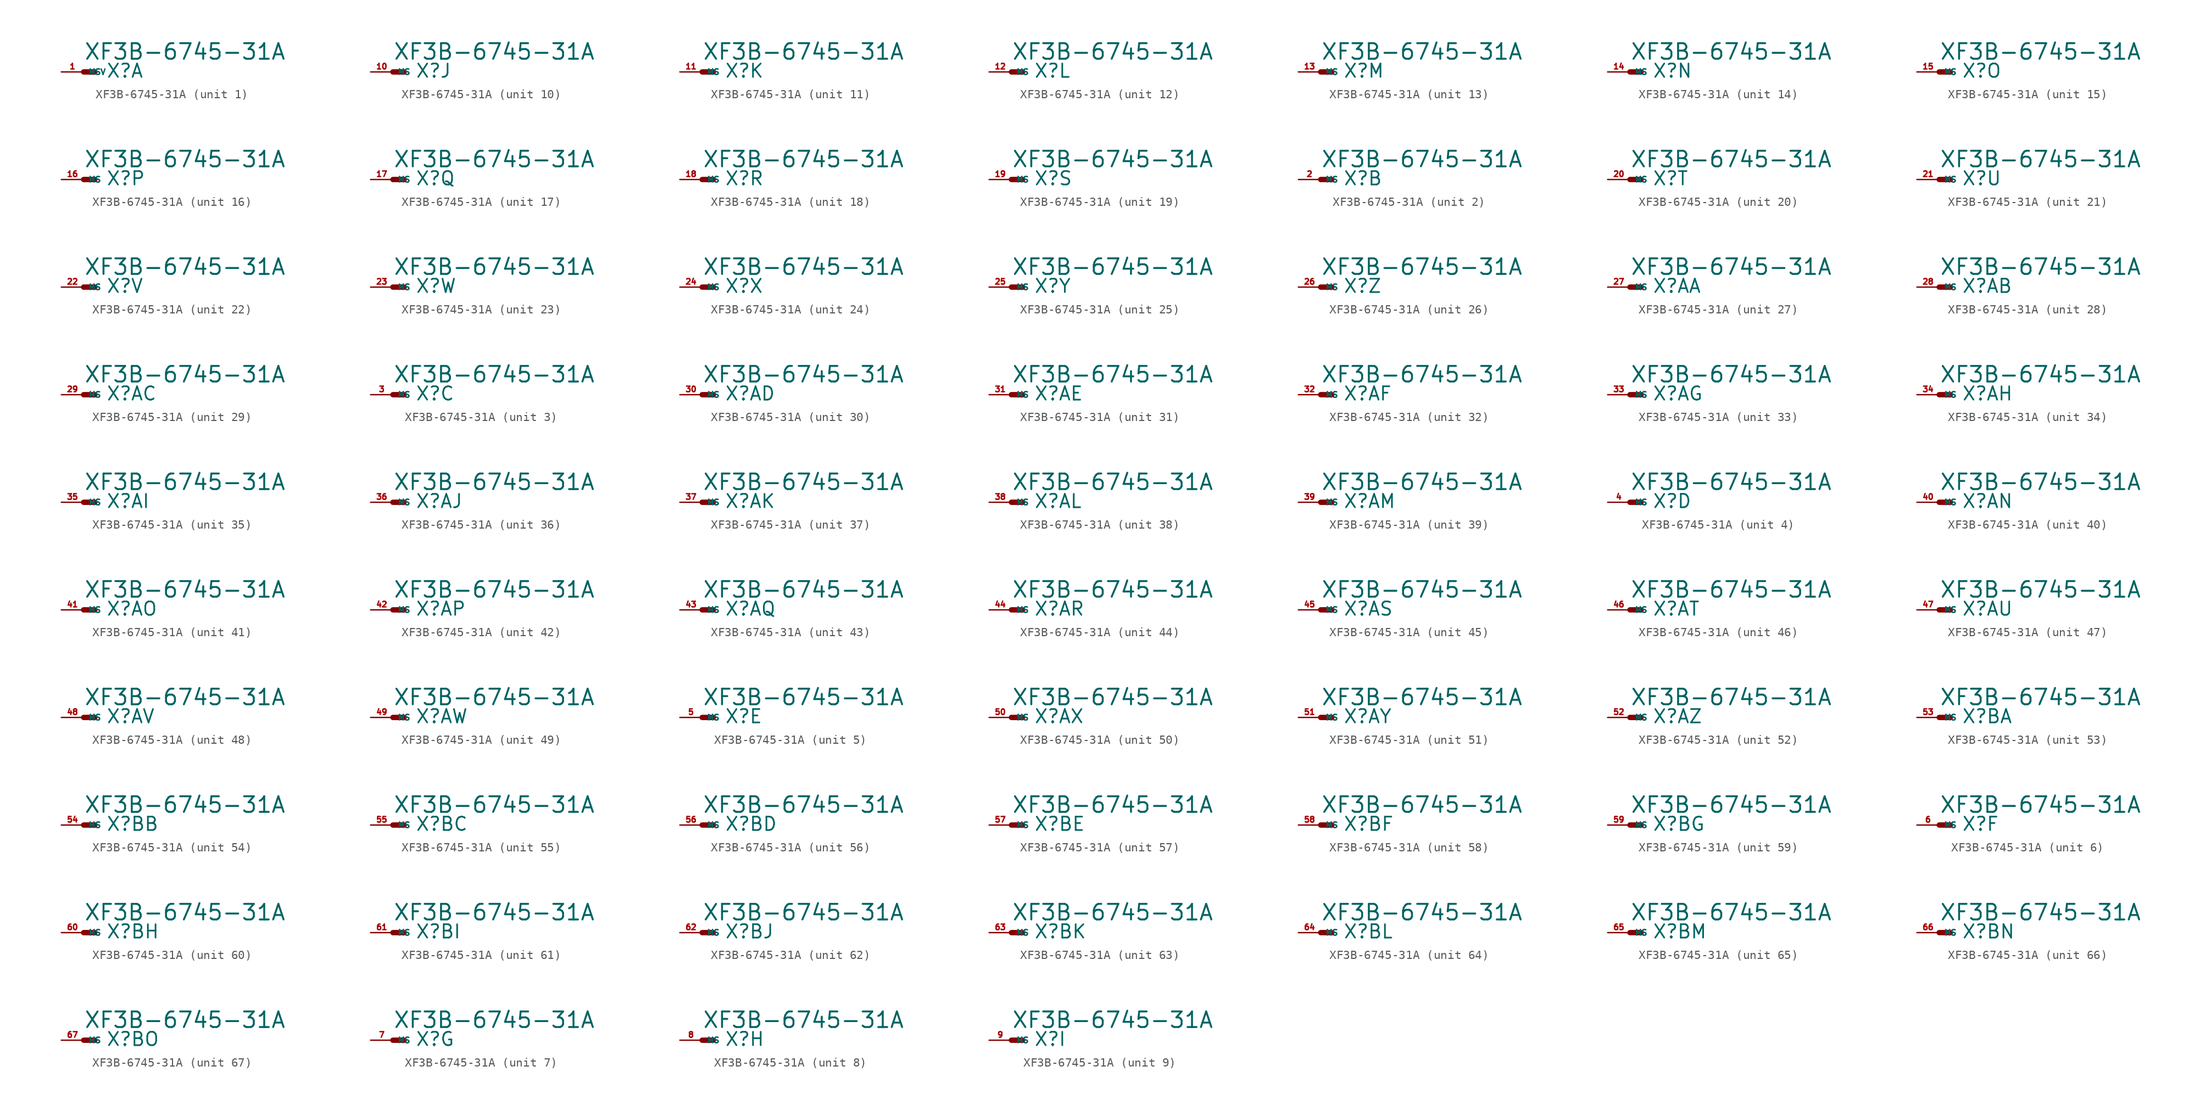
<source format=kicad_sym>
(kicad_symbol_lib
  (version 20220914)
  (generator Eagle2Kicad)
  (symbol "XF3B-6745-31A"
    (property "Reference" "X"
      (at 2.54 -0.762 0)
      (effects (font (size 1.524 1.524) (thickness 0.19)) (justify left bottom)))
    (property "Value" "XF3B-6745-31A"
      (at 0 1.27 0)
      (effects (font (size 1.778 1.778) (thickness 0.22)) (justify left bottom)))
    (symbol "XF3B-6745-31A_1_0"
      (polyline (pts (xy 0 0) (xy 1.27 0)) (stroke (width 0.61) (type default)) (fill (type none)))
      (pin passive line (at -2.54 0 0) (length 2.54) (name "MSV" (effects (font (size 0.635 0.635) (thickness 0.08)) (justify left bottom))) (number "1" (effects (font (size 0.635 0.635) (thickness 0.08)) (justify left bottom)))))
    (symbol "XF3B-6745-31A_2_0"
      (polyline (pts (xy 0 0) (xy 1.27 0)) (stroke (width 0.61) (type default)) (fill (type none)))
      (pin passive line (at -2.54 0 0) (length 2.54) (name "MS" (effects (font (size 0.635 0.635) (thickness 0.08)) (justify left bottom))) (number "2" (effects (font (size 0.635 0.635) (thickness 0.08)) (justify left bottom)))))
    (symbol "XF3B-6745-31A_3_0"
      (polyline (pts (xy 0 0) (xy 1.27 0)) (stroke (width 0.61) (type default)) (fill (type none)))
      (pin passive line (at -2.54 0 0) (length 2.54) (name "MS" (effects (font (size 0.635 0.635) (thickness 0.08)) (justify left bottom))) (number "3" (effects (font (size 0.635 0.635) (thickness 0.08)) (justify left bottom)))))
    (symbol "XF3B-6745-31A_4_0"
      (polyline (pts (xy 0 0) (xy 1.27 0)) (stroke (width 0.61) (type default)) (fill (type none)))
      (pin passive line (at -2.54 0 0) (length 2.54) (name "MS" (effects (font (size 0.635 0.635) (thickness 0.08)) (justify left bottom))) (number "4" (effects (font (size 0.635 0.635) (thickness 0.08)) (justify left bottom)))))
    (symbol "XF3B-6745-31A_5_0"
      (polyline (pts (xy 0 0) (xy 1.27 0)) (stroke (width 0.61) (type default)) (fill (type none)))
      (pin passive line (at -2.54 0 0) (length 2.54) (name "MS" (effects (font (size 0.635 0.635) (thickness 0.08)) (justify left bottom))) (number "5" (effects (font (size 0.635 0.635) (thickness 0.08)) (justify left bottom)))))
    (symbol "XF3B-6745-31A_6_0"
      (polyline (pts (xy 0 0) (xy 1.27 0)) (stroke (width 0.61) (type default)) (fill (type none)))
      (pin passive line (at -2.54 0 0) (length 2.54) (name "MS" (effects (font (size 0.635 0.635) (thickness 0.08)) (justify left bottom))) (number "6" (effects (font (size 0.635 0.635) (thickness 0.08)) (justify left bottom)))))
    (symbol "XF3B-6745-31A_7_0"
      (polyline (pts (xy 0 0) (xy 1.27 0)) (stroke (width 0.61) (type default)) (fill (type none)))
      (pin passive line (at -2.54 0 0) (length 2.54) (name "MS" (effects (font (size 0.635 0.635) (thickness 0.08)) (justify left bottom))) (number "7" (effects (font (size 0.635 0.635) (thickness 0.08)) (justify left bottom)))))
    (symbol "XF3B-6745-31A_8_0"
      (polyline (pts (xy 0 0) (xy 1.27 0)) (stroke (width 0.61) (type default)) (fill (type none)))
      (pin passive line (at -2.54 0 0) (length 2.54) (name "MS" (effects (font (size 0.635 0.635) (thickness 0.08)) (justify left bottom))) (number "8" (effects (font (size 0.635 0.635) (thickness 0.08)) (justify left bottom)))))
    (symbol "XF3B-6745-31A_9_0"
      (polyline (pts (xy 0 0) (xy 1.27 0)) (stroke (width 0.61) (type default)) (fill (type none)))
      (pin passive line (at -2.54 0 0) (length 2.54) (name "MS" (effects (font (size 0.635 0.635) (thickness 0.08)) (justify left bottom))) (number "9" (effects (font (size 0.635 0.635) (thickness 0.08)) (justify left bottom)))))
    (symbol "XF3B-6745-31A_10_0"
      (polyline (pts (xy 0 0) (xy 1.27 0)) (stroke (width 0.61) (type default)) (fill (type none)))
      (pin passive line (at -2.54 0 0) (length 2.54) (name "MS" (effects (font (size 0.635 0.635) (thickness 0.08)) (justify left bottom))) (number "10" (effects (font (size 0.635 0.635) (thickness 0.08)) (justify left bottom)))))
    (symbol "XF3B-6745-31A_11_0"
      (polyline (pts (xy 0 0) (xy 1.27 0)) (stroke (width 0.61) (type default)) (fill (type none)))
      (pin passive line (at -2.54 0 0) (length 2.54) (name "MS" (effects (font (size 0.635 0.635) (thickness 0.08)) (justify left bottom))) (number "11" (effects (font (size 0.635 0.635) (thickness 0.08)) (justify left bottom)))))
    (symbol "XF3B-6745-31A_12_0"
      (polyline (pts (xy 0 0) (xy 1.27 0)) (stroke (width 0.61) (type default)) (fill (type none)))
      (pin passive line (at -2.54 0 0) (length 2.54) (name "MS" (effects (font (size 0.635 0.635) (thickness 0.08)) (justify left bottom))) (number "12" (effects (font (size 0.635 0.635) (thickness 0.08)) (justify left bottom)))))
    (symbol "XF3B-6745-31A_13_0"
      (polyline (pts (xy 0 0) (xy 1.27 0)) (stroke (width 0.61) (type default)) (fill (type none)))
      (pin passive line (at -2.54 0 0) (length 2.54) (name "MS" (effects (font (size 0.635 0.635) (thickness 0.08)) (justify left bottom))) (number "13" (effects (font (size 0.635 0.635) (thickness 0.08)) (justify left bottom)))))
    (symbol "XF3B-6745-31A_14_0"
      (polyline (pts (xy 0 0) (xy 1.27 0)) (stroke (width 0.61) (type default)) (fill (type none)))
      (pin passive line (at -2.54 0 0) (length 2.54) (name "MS" (effects (font (size 0.635 0.635) (thickness 0.08)) (justify left bottom))) (number "14" (effects (font (size 0.635 0.635) (thickness 0.08)) (justify left bottom)))))
    (symbol "XF3B-6745-31A_15_0"
      (polyline (pts (xy 0 0) (xy 1.27 0)) (stroke (width 0.61) (type default)) (fill (type none)))
      (pin passive line (at -2.54 0 0) (length 2.54) (name "MS" (effects (font (size 0.635 0.635) (thickness 0.08)) (justify left bottom))) (number "15" (effects (font (size 0.635 0.635) (thickness 0.08)) (justify left bottom)))))
    (symbol "XF3B-6745-31A_16_0"
      (polyline (pts (xy 0 0) (xy 1.27 0)) (stroke (width 0.61) (type default)) (fill (type none)))
      (pin passive line (at -2.54 0 0) (length 2.54) (name "MS" (effects (font (size 0.635 0.635) (thickness 0.08)) (justify left bottom))) (number "16" (effects (font (size 0.635 0.635) (thickness 0.08)) (justify left bottom)))))
    (symbol "XF3B-6745-31A_17_0"
      (polyline (pts (xy 0 0) (xy 1.27 0)) (stroke (width 0.61) (type default)) (fill (type none)))
      (pin passive line (at -2.54 0 0) (length 2.54) (name "MS" (effects (font (size 0.635 0.635) (thickness 0.08)) (justify left bottom))) (number "17" (effects (font (size 0.635 0.635) (thickness 0.08)) (justify left bottom)))))
    (symbol "XF3B-6745-31A_18_0"
      (polyline (pts (xy 0 0) (xy 1.27 0)) (stroke (width 0.61) (type default)) (fill (type none)))
      (pin passive line (at -2.54 0 0) (length 2.54) (name "MS" (effects (font (size 0.635 0.635) (thickness 0.08)) (justify left bottom))) (number "18" (effects (font (size 0.635 0.635) (thickness 0.08)) (justify left bottom)))))
    (symbol "XF3B-6745-31A_19_0"
      (polyline (pts (xy 0 0) (xy 1.27 0)) (stroke (width 0.61) (type default)) (fill (type none)))
      (pin passive line (at -2.54 0 0) (length 2.54) (name "MS" (effects (font (size 0.635 0.635) (thickness 0.08)) (justify left bottom))) (number "19" (effects (font (size 0.635 0.635) (thickness 0.08)) (justify left bottom)))))
    (symbol "XF3B-6745-31A_20_0"
      (polyline (pts (xy 0 0) (xy 1.27 0)) (stroke (width 0.61) (type default)) (fill (type none)))
      (pin passive line (at -2.54 0 0) (length 2.54) (name "MS" (effects (font (size 0.635 0.635) (thickness 0.08)) (justify left bottom))) (number "20" (effects (font (size 0.635 0.635) (thickness 0.08)) (justify left bottom)))))
    (symbol "XF3B-6745-31A_21_0"
      (polyline (pts (xy 0 0) (xy 1.27 0)) (stroke (width 0.61) (type default)) (fill (type none)))
      (pin passive line (at -2.54 0 0) (length 2.54) (name "MS" (effects (font (size 0.635 0.635) (thickness 0.08)) (justify left bottom))) (number "21" (effects (font (size 0.635 0.635) (thickness 0.08)) (justify left bottom)))))
    (symbol "XF3B-6745-31A_22_0"
      (polyline (pts (xy 0 0) (xy 1.27 0)) (stroke (width 0.61) (type default)) (fill (type none)))
      (pin passive line (at -2.54 0 0) (length 2.54) (name "MS" (effects (font (size 0.635 0.635) (thickness 0.08)) (justify left bottom))) (number "22" (effects (font (size 0.635 0.635) (thickness 0.08)) (justify left bottom)))))
    (symbol "XF3B-6745-31A_23_0"
      (polyline (pts (xy 0 0) (xy 1.27 0)) (stroke (width 0.61) (type default)) (fill (type none)))
      (pin passive line (at -2.54 0 0) (length 2.54) (name "MS" (effects (font (size 0.635 0.635) (thickness 0.08)) (justify left bottom))) (number "23" (effects (font (size 0.635 0.635) (thickness 0.08)) (justify left bottom)))))
    (symbol "XF3B-6745-31A_24_0"
      (polyline (pts (xy 0 0) (xy 1.27 0)) (stroke (width 0.61) (type default)) (fill (type none)))
      (pin passive line (at -2.54 0 0) (length 2.54) (name "MS" (effects (font (size 0.635 0.635) (thickness 0.08)) (justify left bottom))) (number "24" (effects (font (size 0.635 0.635) (thickness 0.08)) (justify left bottom)))))
    (symbol "XF3B-6745-31A_25_0"
      (polyline (pts (xy 0 0) (xy 1.27 0)) (stroke (width 0.61) (type default)) (fill (type none)))
      (pin passive line (at -2.54 0 0) (length 2.54) (name "MS" (effects (font (size 0.635 0.635) (thickness 0.08)) (justify left bottom))) (number "25" (effects (font (size 0.635 0.635) (thickness 0.08)) (justify left bottom)))))
    (symbol "XF3B-6745-31A_26_0"
      (polyline (pts (xy 0 0) (xy 1.27 0)) (stroke (width 0.61) (type default)) (fill (type none)))
      (pin passive line (at -2.54 0 0) (length 2.54) (name "MS" (effects (font (size 0.635 0.635) (thickness 0.08)) (justify left bottom))) (number "26" (effects (font (size 0.635 0.635) (thickness 0.08)) (justify left bottom)))))
    (symbol "XF3B-6745-31A_27_0"
      (polyline (pts (xy 0 0) (xy 1.27 0)) (stroke (width 0.61) (type default)) (fill (type none)))
      (pin passive line (at -2.54 0 0) (length 2.54) (name "MS" (effects (font (size 0.635 0.635) (thickness 0.08)) (justify left bottom))) (number "27" (effects (font (size 0.635 0.635) (thickness 0.08)) (justify left bottom)))))
    (symbol "XF3B-6745-31A_28_0"
      (polyline (pts (xy 0 0) (xy 1.27 0)) (stroke (width 0.61) (type default)) (fill (type none)))
      (pin passive line (at -2.54 0 0) (length 2.54) (name "MS" (effects (font (size 0.635 0.635) (thickness 0.08)) (justify left bottom))) (number "28" (effects (font (size 0.635 0.635) (thickness 0.08)) (justify left bottom)))))
    (symbol "XF3B-6745-31A_29_0"
      (polyline (pts (xy 0 0) (xy 1.27 0)) (stroke (width 0.61) (type default)) (fill (type none)))
      (pin passive line (at -2.54 0 0) (length 2.54) (name "MS" (effects (font (size 0.635 0.635) (thickness 0.08)) (justify left bottom))) (number "29" (effects (font (size 0.635 0.635) (thickness 0.08)) (justify left bottom)))))
    (symbol "XF3B-6745-31A_30_0"
      (polyline (pts (xy 0 0) (xy 1.27 0)) (stroke (width 0.61) (type default)) (fill (type none)))
      (pin passive line (at -2.54 0 0) (length 2.54) (name "MS" (effects (font (size 0.635 0.635) (thickness 0.08)) (justify left bottom))) (number "30" (effects (font (size 0.635 0.635) (thickness 0.08)) (justify left bottom)))))
    (symbol "XF3B-6745-31A_31_0"
      (polyline (pts (xy 0 0) (xy 1.27 0)) (stroke (width 0.61) (type default)) (fill (type none)))
      (pin passive line (at -2.54 0 0) (length 2.54) (name "MS" (effects (font (size 0.635 0.635) (thickness 0.08)) (justify left bottom))) (number "31" (effects (font (size 0.635 0.635) (thickness 0.08)) (justify left bottom)))))
    (symbol "XF3B-6745-31A_32_0"
      (polyline (pts (xy 0 0) (xy 1.27 0)) (stroke (width 0.61) (type default)) (fill (type none)))
      (pin passive line (at -2.54 0 0) (length 2.54) (name "MS" (effects (font (size 0.635 0.635) (thickness 0.08)) (justify left bottom))) (number "32" (effects (font (size 0.635 0.635) (thickness 0.08)) (justify left bottom)))))
    (symbol "XF3B-6745-31A_33_0"
      (polyline (pts (xy 0 0) (xy 1.27 0)) (stroke (width 0.61) (type default)) (fill (type none)))
      (pin passive line (at -2.54 0 0) (length 2.54) (name "MS" (effects (font (size 0.635 0.635) (thickness 0.08)) (justify left bottom))) (number "33" (effects (font (size 0.635 0.635) (thickness 0.08)) (justify left bottom)))))
    (symbol "XF3B-6745-31A_34_0"
      (polyline (pts (xy 0 0) (xy 1.27 0)) (stroke (width 0.61) (type default)) (fill (type none)))
      (pin passive line (at -2.54 0 0) (length 2.54) (name "MS" (effects (font (size 0.635 0.635) (thickness 0.08)) (justify left bottom))) (number "34" (effects (font (size 0.635 0.635) (thickness 0.08)) (justify left bottom)))))
    (symbol "XF3B-6745-31A_35_0"
      (polyline (pts (xy 0 0) (xy 1.27 0)) (stroke (width 0.61) (type default)) (fill (type none)))
      (pin passive line (at -2.54 0 0) (length 2.54) (name "MS" (effects (font (size 0.635 0.635) (thickness 0.08)) (justify left bottom))) (number "35" (effects (font (size 0.635 0.635) (thickness 0.08)) (justify left bottom)))))
    (symbol "XF3B-6745-31A_36_0"
      (polyline (pts (xy 0 0) (xy 1.27 0)) (stroke (width 0.61) (type default)) (fill (type none)))
      (pin passive line (at -2.54 0 0) (length 2.54) (name "MS" (effects (font (size 0.635 0.635) (thickness 0.08)) (justify left bottom))) (number "36" (effects (font (size 0.635 0.635) (thickness 0.08)) (justify left bottom)))))
    (symbol "XF3B-6745-31A_37_0"
      (polyline (pts (xy 0 0) (xy 1.27 0)) (stroke (width 0.61) (type default)) (fill (type none)))
      (pin passive line (at -2.54 0 0) (length 2.54) (name "MS" (effects (font (size 0.635 0.635) (thickness 0.08)) (justify left bottom))) (number "37" (effects (font (size 0.635 0.635) (thickness 0.08)) (justify left bottom)))))
    (symbol "XF3B-6745-31A_38_0"
      (polyline (pts (xy 0 0) (xy 1.27 0)) (stroke (width 0.61) (type default)) (fill (type none)))
      (pin passive line (at -2.54 0 0) (length 2.54) (name "MS" (effects (font (size 0.635 0.635) (thickness 0.08)) (justify left bottom))) (number "38" (effects (font (size 0.635 0.635) (thickness 0.08)) (justify left bottom)))))
    (symbol "XF3B-6745-31A_39_0"
      (polyline (pts (xy 0 0) (xy 1.27 0)) (stroke (width 0.61) (type default)) (fill (type none)))
      (pin passive line (at -2.54 0 0) (length 2.54) (name "MS" (effects (font (size 0.635 0.635) (thickness 0.08)) (justify left bottom))) (number "39" (effects (font (size 0.635 0.635) (thickness 0.08)) (justify left bottom)))))
    (symbol "XF3B-6745-31A_40_0"
      (polyline (pts (xy 0 0) (xy 1.27 0)) (stroke (width 0.61) (type default)) (fill (type none)))
      (pin passive line (at -2.54 0 0) (length 2.54) (name "MS" (effects (font (size 0.635 0.635) (thickness 0.08)) (justify left bottom))) (number "40" (effects (font (size 0.635 0.635) (thickness 0.08)) (justify left bottom)))))
    (symbol "XF3B-6745-31A_41_0"
      (polyline (pts (xy 0 0) (xy 1.27 0)) (stroke (width 0.61) (type default)) (fill (type none)))
      (pin passive line (at -2.54 0 0) (length 2.54) (name "MS" (effects (font (size 0.635 0.635) (thickness 0.08)) (justify left bottom))) (number "41" (effects (font (size 0.635 0.635) (thickness 0.08)) (justify left bottom)))))
    (symbol "XF3B-6745-31A_42_0"
      (polyline (pts (xy 0 0) (xy 1.27 0)) (stroke (width 0.61) (type default)) (fill (type none)))
      (pin passive line (at -2.54 0 0) (length 2.54) (name "MS" (effects (font (size 0.635 0.635) (thickness 0.08)) (justify left bottom))) (number "42" (effects (font (size 0.635 0.635) (thickness 0.08)) (justify left bottom)))))
    (symbol "XF3B-6745-31A_43_0"
      (polyline (pts (xy 0 0) (xy 1.27 0)) (stroke (width 0.61) (type default)) (fill (type none)))
      (pin passive line (at -2.54 0 0) (length 2.54) (name "MS" (effects (font (size 0.635 0.635) (thickness 0.08)) (justify left bottom))) (number "43" (effects (font (size 0.635 0.635) (thickness 0.08)) (justify left bottom)))))
    (symbol "XF3B-6745-31A_44_0"
      (polyline (pts (xy 0 0) (xy 1.27 0)) (stroke (width 0.61) (type default)) (fill (type none)))
      (pin passive line (at -2.54 0 0) (length 2.54) (name "MS" (effects (font (size 0.635 0.635) (thickness 0.08)) (justify left bottom))) (number "44" (effects (font (size 0.635 0.635) (thickness 0.08)) (justify left bottom)))))
    (symbol "XF3B-6745-31A_45_0"
      (polyline (pts (xy 0 0) (xy 1.27 0)) (stroke (width 0.61) (type default)) (fill (type none)))
      (pin passive line (at -2.54 0 0) (length 2.54) (name "MS" (effects (font (size 0.635 0.635) (thickness 0.08)) (justify left bottom))) (number "45" (effects (font (size 0.635 0.635) (thickness 0.08)) (justify left bottom)))))
    (symbol "XF3B-6745-31A_46_0"
      (polyline (pts (xy 0 0) (xy 1.27 0)) (stroke (width 0.61) (type default)) (fill (type none)))
      (pin passive line (at -2.54 0 0) (length 2.54) (name "MS" (effects (font (size 0.635 0.635) (thickness 0.08)) (justify left bottom))) (number "46" (effects (font (size 0.635 0.635) (thickness 0.08)) (justify left bottom)))))
    (symbol "XF3B-6745-31A_47_0"
      (polyline (pts (xy 0 0) (xy 1.27 0)) (stroke (width 0.61) (type default)) (fill (type none)))
      (pin passive line (at -2.54 0 0) (length 2.54) (name "MS" (effects (font (size 0.635 0.635) (thickness 0.08)) (justify left bottom))) (number "47" (effects (font (size 0.635 0.635) (thickness 0.08)) (justify left bottom)))))
    (symbol "XF3B-6745-31A_48_0"
      (polyline (pts (xy 0 0) (xy 1.27 0)) (stroke (width 0.61) (type default)) (fill (type none)))
      (pin passive line (at -2.54 0 0) (length 2.54) (name "MS" (effects (font (size 0.635 0.635) (thickness 0.08)) (justify left bottom))) (number "48" (effects (font (size 0.635 0.635) (thickness 0.08)) (justify left bottom)))))
    (symbol "XF3B-6745-31A_49_0"
      (polyline (pts (xy 0 0) (xy 1.27 0)) (stroke (width 0.61) (type default)) (fill (type none)))
      (pin passive line (at -2.54 0 0) (length 2.54) (name "MS" (effects (font (size 0.635 0.635) (thickness 0.08)) (justify left bottom))) (number "49" (effects (font (size 0.635 0.635) (thickness 0.08)) (justify left bottom)))))
    (symbol "XF3B-6745-31A_50_0"
      (polyline (pts (xy 0 0) (xy 1.27 0)) (stroke (width 0.61) (type default)) (fill (type none)))
      (pin passive line (at -2.54 0 0) (length 2.54) (name "MS" (effects (font (size 0.635 0.635) (thickness 0.08)) (justify left bottom))) (number "50" (effects (font (size 0.635 0.635) (thickness 0.08)) (justify left bottom)))))
    (symbol "XF3B-6745-31A_51_0"
      (polyline (pts (xy 0 0) (xy 1.27 0)) (stroke (width 0.61) (type default)) (fill (type none)))
      (pin passive line (at -2.54 0 0) (length 2.54) (name "MS" (effects (font (size 0.635 0.635) (thickness 0.08)) (justify left bottom))) (number "51" (effects (font (size 0.635 0.635) (thickness 0.08)) (justify left bottom)))))
    (symbol "XF3B-6745-31A_52_0"
      (polyline (pts (xy 0 0) (xy 1.27 0)) (stroke (width 0.61) (type default)) (fill (type none)))
      (pin passive line (at -2.54 0 0) (length 2.54) (name "MS" (effects (font (size 0.635 0.635) (thickness 0.08)) (justify left bottom))) (number "52" (effects (font (size 0.635 0.635) (thickness 0.08)) (justify left bottom)))))
    (symbol "XF3B-6745-31A_53_0"
      (polyline (pts (xy 0 0) (xy 1.27 0)) (stroke (width 0.61) (type default)) (fill (type none)))
      (pin passive line (at -2.54 0 0) (length 2.54) (name "MS" (effects (font (size 0.635 0.635) (thickness 0.08)) (justify left bottom))) (number "53" (effects (font (size 0.635 0.635) (thickness 0.08)) (justify left bottom)))))
    (symbol "XF3B-6745-31A_54_0"
      (polyline (pts (xy 0 0) (xy 1.27 0)) (stroke (width 0.61) (type default)) (fill (type none)))
      (pin passive line (at -2.54 0 0) (length 2.54) (name "MS" (effects (font (size 0.635 0.635) (thickness 0.08)) (justify left bottom))) (number "54" (effects (font (size 0.635 0.635) (thickness 0.08)) (justify left bottom)))))
    (symbol "XF3B-6745-31A_55_0"
      (polyline (pts (xy 0 0) (xy 1.27 0)) (stroke (width 0.61) (type default)) (fill (type none)))
      (pin passive line (at -2.54 0 0) (length 2.54) (name "MS" (effects (font (size 0.635 0.635) (thickness 0.08)) (justify left bottom))) (number "55" (effects (font (size 0.635 0.635) (thickness 0.08)) (justify left bottom)))))
    (symbol "XF3B-6745-31A_56_0"
      (polyline (pts (xy 0 0) (xy 1.27 0)) (stroke (width 0.61) (type default)) (fill (type none)))
      (pin passive line (at -2.54 0 0) (length 2.54) (name "MS" (effects (font (size 0.635 0.635) (thickness 0.08)) (justify left bottom))) (number "56" (effects (font (size 0.635 0.635) (thickness 0.08)) (justify left bottom)))))
    (symbol "XF3B-6745-31A_57_0"
      (polyline (pts (xy 0 0) (xy 1.27 0)) (stroke (width 0.61) (type default)) (fill (type none)))
      (pin passive line (at -2.54 0 0) (length 2.54) (name "MS" (effects (font (size 0.635 0.635) (thickness 0.08)) (justify left bottom))) (number "57" (effects (font (size 0.635 0.635) (thickness 0.08)) (justify left bottom)))))
    (symbol "XF3B-6745-31A_58_0"
      (polyline (pts (xy 0 0) (xy 1.27 0)) (stroke (width 0.61) (type default)) (fill (type none)))
      (pin passive line (at -2.54 0 0) (length 2.54) (name "MS" (effects (font (size 0.635 0.635) (thickness 0.08)) (justify left bottom))) (number "58" (effects (font (size 0.635 0.635) (thickness 0.08)) (justify left bottom)))))
    (symbol "XF3B-6745-31A_59_0"
      (polyline (pts (xy 0 0) (xy 1.27 0)) (stroke (width 0.61) (type default)) (fill (type none)))
      (pin passive line (at -2.54 0 0) (length 2.54) (name "MS" (effects (font (size 0.635 0.635) (thickness 0.08)) (justify left bottom))) (number "59" (effects (font (size 0.635 0.635) (thickness 0.08)) (justify left bottom)))))
    (symbol "XF3B-6745-31A_60_0"
      (polyline (pts (xy 0 0) (xy 1.27 0)) (stroke (width 0.61) (type default)) (fill (type none)))
      (pin passive line (at -2.54 0 0) (length 2.54) (name "MS" (effects (font (size 0.635 0.635) (thickness 0.08)) (justify left bottom))) (number "60" (effects (font (size 0.635 0.635) (thickness 0.08)) (justify left bottom)))))
    (symbol "XF3B-6745-31A_61_0"
      (polyline (pts (xy 0 0) (xy 1.27 0)) (stroke (width 0.61) (type default)) (fill (type none)))
      (pin passive line (at -2.54 0 0) (length 2.54) (name "MS" (effects (font (size 0.635 0.635) (thickness 0.08)) (justify left bottom))) (number "61" (effects (font (size 0.635 0.635) (thickness 0.08)) (justify left bottom)))))
    (symbol "XF3B-6745-31A_62_0"
      (polyline (pts (xy 0 0) (xy 1.27 0)) (stroke (width 0.61) (type default)) (fill (type none)))
      (pin passive line (at -2.54 0 0) (length 2.54) (name "MS" (effects (font (size 0.635 0.635) (thickness 0.08)) (justify left bottom))) (number "62" (effects (font (size 0.635 0.635) (thickness 0.08)) (justify left bottom)))))
    (symbol "XF3B-6745-31A_63_0"
      (polyline (pts (xy 0 0) (xy 1.27 0)) (stroke (width 0.61) (type default)) (fill (type none)))
      (pin passive line (at -2.54 0 0) (length 2.54) (name "MS" (effects (font (size 0.635 0.635) (thickness 0.08)) (justify left bottom))) (number "63" (effects (font (size 0.635 0.635) (thickness 0.08)) (justify left bottom)))))
    (symbol "XF3B-6745-31A_64_0"
      (polyline (pts (xy 0 0) (xy 1.27 0)) (stroke (width 0.61) (type default)) (fill (type none)))
      (pin passive line (at -2.54 0 0) (length 2.54) (name "MS" (effects (font (size 0.635 0.635) (thickness 0.08)) (justify left bottom))) (number "64" (effects (font (size 0.635 0.635) (thickness 0.08)) (justify left bottom)))))
    (symbol "XF3B-6745-31A_65_0"
      (polyline (pts (xy 0 0) (xy 1.27 0)) (stroke (width 0.61) (type default)) (fill (type none)))
      (pin passive line (at -2.54 0 0) (length 2.54) (name "MS" (effects (font (size 0.635 0.635) (thickness 0.08)) (justify left bottom))) (number "65" (effects (font (size 0.635 0.635) (thickness 0.08)) (justify left bottom)))))
    (symbol "XF3B-6745-31A_66_0"
      (polyline (pts (xy 0 0) (xy 1.27 0)) (stroke (width 0.61) (type default)) (fill (type none)))
      (pin passive line (at -2.54 0 0) (length 2.54) (name "MS" (effects (font (size 0.635 0.635) (thickness 0.08)) (justify left bottom))) (number "66" (effects (font (size 0.635 0.635) (thickness 0.08)) (justify left bottom)))))
    (symbol "XF3B-6745-31A_67_0"
      (polyline (pts (xy 0 0) (xy 1.27 0)) (stroke (width 0.61) (type default)) (fill (type none)))
      (pin passive line (at -2.54 0 0) (length 2.54) (name "MS" (effects (font (size 0.635 0.635) (thickness 0.08)) (justify left bottom))) (number "67" (effects (font (size 0.635 0.635) (thickness 0.08)) (justify left bottom)))))))
</source>
